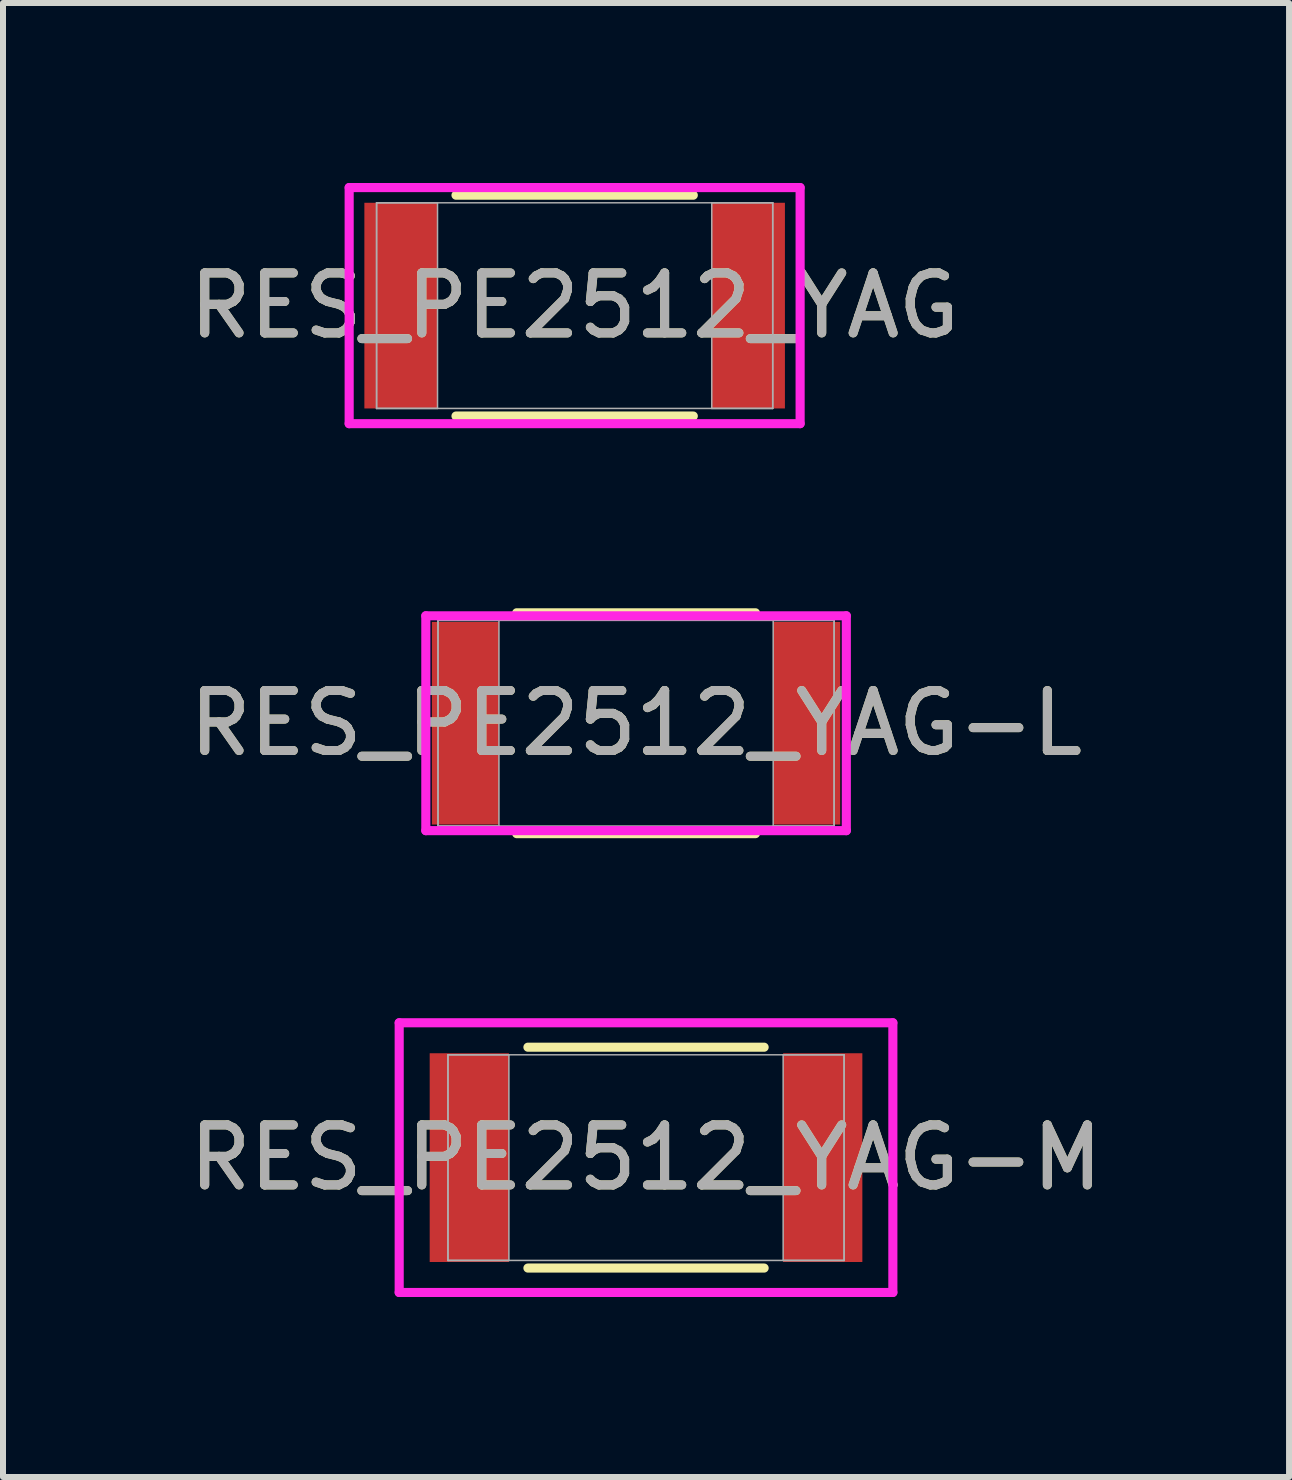
<source format=kicad_pcb>
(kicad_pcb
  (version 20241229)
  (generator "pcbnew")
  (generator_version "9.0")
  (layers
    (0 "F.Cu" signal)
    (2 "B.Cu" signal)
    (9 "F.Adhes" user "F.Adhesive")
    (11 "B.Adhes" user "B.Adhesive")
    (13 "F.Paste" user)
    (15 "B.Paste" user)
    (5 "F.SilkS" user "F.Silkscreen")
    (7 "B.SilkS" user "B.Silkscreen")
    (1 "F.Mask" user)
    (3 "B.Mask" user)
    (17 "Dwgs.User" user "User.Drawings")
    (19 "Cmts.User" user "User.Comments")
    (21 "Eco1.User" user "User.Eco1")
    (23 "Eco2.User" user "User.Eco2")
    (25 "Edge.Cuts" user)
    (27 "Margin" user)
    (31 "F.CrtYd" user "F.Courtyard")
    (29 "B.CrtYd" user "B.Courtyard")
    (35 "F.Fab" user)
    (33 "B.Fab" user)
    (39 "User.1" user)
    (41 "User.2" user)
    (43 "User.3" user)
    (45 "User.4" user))
  (footprint "RES_PE2512_YAG-M"
    (layer "F.Cu")
    (at 7.72 16.249)
    (property "Reference" "RES_PE2512_YAG-M" (at 0 0 0) (unlocked yes) (layer "F.SilkS") (effects (font (size 1 1) (thickness 0.15))))
    (attr smd)
    (fp_line (start -1.969 1.841) (end 1.969 1.841) (stroke (width 0.152) (type solid)) (layer "F.SilkS"))
    (fp_line (start 1.969 -1.841) (end -1.969 -1.841) (stroke (width 0.152) (type solid)) (layer "F.SilkS"))
    (fp_line (start -4.115 -2.248) (end 4.115 -2.248) (stroke (width 0.152) (type solid)) (layer "F.CrtYd"))
    (fp_line (start -4.115 2.248) (end -4.115 -2.248) (stroke (width 0.152) (type solid)) (layer "F.CrtYd"))
    (fp_line (start 4.115 -2.248) (end 4.115 2.248) (stroke (width 0.152) (type solid)) (layer "F.CrtYd"))
    (fp_line (start 4.115 2.248) (end -4.115 2.248) (stroke (width 0.152) (type solid)) (layer "F.CrtYd"))
    (fp_line (start -3.302 -1.714) (end -3.302 1.714) (stroke (width 0.025) (type solid)) (layer "F.Fab"))
    (fp_line (start -3.302 -1.714) (end -3.302 1.714) (stroke (width 0.025) (type solid)) (layer "F.Fab"))
    (fp_line (start -3.302 1.714) (end -2.286 1.714) (stroke (width 0.025) (type solid)) (layer "F.Fab"))
    (fp_line (start -3.302 1.714) (end 3.302 1.714) (stroke (width 0.025) (type solid)) (layer "F.Fab"))
    (fp_line (start -2.286 -1.714) (end -3.302 -1.714) (stroke (width 0.025) (type solid)) (layer "F.Fab"))
    (fp_line (start -2.286 1.714) (end -2.286 -1.714) (stroke (width 0.025) (type solid)) (layer "F.Fab"))
    (fp_line (start 2.286 -1.714) (end 2.286 1.714) (stroke (width 0.025) (type solid)) (layer "F.Fab"))
    (fp_line (start 2.286 1.714) (end 3.302 1.714) (stroke (width 0.025) (type solid)) (layer "F.Fab"))
    (fp_line (start 3.302 -1.714) (end -3.302 -1.714) (stroke (width 0.025) (type solid)) (layer "F.Fab"))
    (fp_line (start 3.302 -1.714) (end 2.286 -1.714) (stroke (width 0.025) (type solid)) (layer "F.Fab"))
    (fp_line (start 3.302 1.714) (end 3.302 -1.714) (stroke (width 0.025) (type solid)) (layer "F.Fab"))
    (fp_line (start 3.302 1.714) (end 3.302 -1.714) (stroke (width 0.025) (type solid)) (layer "F.Fab"))
    (fp_text user "${REFERENCE}" (at 0 0 0) (unlocked yes) (layer "F.Fab") (effects (font (size 1 1) (thickness 0.15))))
    (pad "1" smd rect (at -2.946 0) (size 1.321 3.48) (layers "F.Cu" "F.Mask" "F.Paste"))
    (pad "2" smd rect (at 2.946 0) (size 1.321 3.48) (layers "F.Cu" "F.Mask" "F.Paste"))
    (zone (net_name "") (layer "F.Cu") (hatch full 0.508) (connect_pads) (min_thickness 0.254) (filled_areas_thickness no) (keepout (tracks not_allowed) (vias not_allowed) (pads allowed) (copperpour not_allowed) (footprints allowed)) (placement (enabled no)) (fill) (polygon (pts (xy 5.485 14.585) (xy 9.955 14.585) (xy 9.955 17.913) (xy 5.485 17.913)))))
  (footprint "RES_PE2512_YAG"
    (layer "F.Cu")
    (at 6.53 2.045)
    (property "Reference" "RES_PE2512_YAG" (at 0 0 0) (unlocked yes) (layer "F.SilkS") (effects (font (size 1 1) (thickness 0.15))))
    (attr smd)
    (fp_line (start -1.978 1.841) (end 1.978 1.841) (stroke (width 0.152) (type solid)) (layer "F.SilkS"))
    (fp_line (start 1.978 -1.841) (end -1.978 -1.841) (stroke (width 0.152) (type solid)) (layer "F.SilkS"))
    (fp_line (start -3.759 -1.968) (end 3.759 -1.968) (stroke (width 0.152) (type solid)) (layer "F.CrtYd"))
    (fp_line (start -3.759 1.968) (end -3.759 -1.968) (stroke (width 0.152) (type solid)) (layer "F.CrtYd"))
    (fp_line (start 3.759 -1.968) (end 3.759 1.968) (stroke (width 0.152) (type solid)) (layer "F.CrtYd"))
    (fp_line (start 3.759 1.968) (end -3.759 1.968) (stroke (width 0.152) (type solid)) (layer "F.CrtYd"))
    (fp_line (start -3.302 -1.714) (end -3.302 1.714) (stroke (width 0.025) (type solid)) (layer "F.Fab"))
    (fp_line (start -3.302 -1.714) (end -3.302 1.714) (stroke (width 0.025) (type solid)) (layer "F.Fab"))
    (fp_line (start -3.302 1.714) (end -2.286 1.714) (stroke (width 0.025) (type solid)) (layer "F.Fab"))
    (fp_line (start -3.302 1.714) (end 3.302 1.714) (stroke (width 0.025) (type solid)) (layer "F.Fab"))
    (fp_line (start -2.286 -1.714) (end -3.302 -1.714) (stroke (width 0.025) (type solid)) (layer "F.Fab"))
    (fp_line (start -2.286 1.714) (end -2.286 -1.714) (stroke (width 0.025) (type solid)) (layer "F.Fab"))
    (fp_line (start 2.286 -1.714) (end 2.286 1.714) (stroke (width 0.025) (type solid)) (layer "F.Fab"))
    (fp_line (start 2.286 1.714) (end 3.302 1.714) (stroke (width 0.025) (type solid)) (layer "F.Fab"))
    (fp_line (start 3.302 -1.714) (end -3.302 -1.714) (stroke (width 0.025) (type solid)) (layer "F.Fab"))
    (fp_line (start 3.302 -1.714) (end 2.286 -1.714) (stroke (width 0.025) (type solid)) (layer "F.Fab"))
    (fp_line (start 3.302 1.714) (end 3.302 -1.714) (stroke (width 0.025) (type solid)) (layer "F.Fab"))
    (fp_line (start 3.302 1.714) (end 3.302 -1.714) (stroke (width 0.025) (type solid)) (layer "F.Fab"))
    (fp_text user "${REFERENCE}" (at 0 0 0) (unlocked yes) (layer "F.Fab") (effects (font (size 1 1) (thickness 0.15))))
    (pad "1" smd rect (at -2.896 0) (size 1.219 3.429) (layers "F.Cu" "F.Mask" "F.Paste"))
    (pad "2" smd rect (at 2.896 0) (size 1.219 3.429) (layers "F.Cu" "F.Mask" "F.Paste"))
    (zone (net_name "") (layer "F.Cu") (hatch full 0.508) (connect_pads) (min_thickness 0.254) (filled_areas_thickness no) (keepout (tracks not_allowed) (vias not_allowed) (pads allowed) (copperpour not_allowed) (footprints allowed)) (placement (enabled no)) (fill) (polygon (pts (xy 4.295 0.381) (xy 8.765 0.381) (xy 8.765 3.708) (xy 4.295 3.708)))))
  (footprint "RES_PE2512_YAG-L"
    (layer "F.Cu")
    (at 7.554 9.007)
    (property "Reference" "RES_PE2512_YAG-L" (at 0 0 0) (unlocked yes) (layer "F.SilkS") (effects (font (size 1 1) (thickness 0.15))))
    (attr smd)
    (fp_line (start -1.99 1.841) (end 1.99 1.841) (stroke (width 0.152) (type solid)) (layer "F.SilkS"))
    (fp_line (start 1.99 -1.841) (end -1.99 -1.841) (stroke (width 0.152) (type solid)) (layer "F.SilkS"))
    (fp_line (start -3.505 -1.791) (end 3.505 -1.791) (stroke (width 0.152) (type solid)) (layer "F.CrtYd"))
    (fp_line (start -3.505 1.791) (end -3.505 -1.791) (stroke (width 0.152) (type solid)) (layer "F.CrtYd"))
    (fp_line (start 3.505 -1.791) (end 3.505 1.791) (stroke (width 0.152) (type solid)) (layer "F.CrtYd"))
    (fp_line (start 3.505 1.791) (end -3.505 1.791) (stroke (width 0.152) (type solid)) (layer "F.CrtYd"))
    (fp_line (start -3.302 -1.714) (end -3.302 1.714) (stroke (width 0.025) (type solid)) (layer "F.Fab"))
    (fp_line (start -3.302 -1.714) (end -3.302 1.714) (stroke (width 0.025) (type solid)) (layer "F.Fab"))
    (fp_line (start -3.302 1.714) (end -2.286 1.714) (stroke (width 0.025) (type solid)) (layer "F.Fab"))
    (fp_line (start -3.302 1.714) (end 3.302 1.714) (stroke (width 0.025) (type solid)) (layer "F.Fab"))
    (fp_line (start -2.286 -1.714) (end -3.302 -1.714) (stroke (width 0.025) (type solid)) (layer "F.Fab"))
    (fp_line (start -2.286 1.714) (end -2.286 -1.714) (stroke (width 0.025) (type solid)) (layer "F.Fab"))
    (fp_line (start 2.286 -1.714) (end 2.286 1.714) (stroke (width 0.025) (type solid)) (layer "F.Fab"))
    (fp_line (start 2.286 1.714) (end 3.302 1.714) (stroke (width 0.025) (type solid)) (layer "F.Fab"))
    (fp_line (start 3.302 -1.714) (end -3.302 -1.714) (stroke (width 0.025) (type solid)) (layer "F.Fab"))
    (fp_line (start 3.302 -1.714) (end 2.286 -1.714) (stroke (width 0.025) (type solid)) (layer "F.Fab"))
    (fp_line (start 3.302 1.714) (end 3.302 -1.714) (stroke (width 0.025) (type solid)) (layer "F.Fab"))
    (fp_line (start 3.302 1.714) (end 3.302 -1.714) (stroke (width 0.025) (type solid)) (layer "F.Fab"))
    (fp_text user "${REFERENCE}" (at 0 0 0) (unlocked yes) (layer "F.Fab") (effects (font (size 1 1) (thickness 0.15))))
    (pad "1" smd rect (at -2.845 0) (size 1.118 3.378) (layers "F.Cu" "F.Mask" "F.Paste"))
    (pad "2" smd rect (at 2.845 0) (size 1.118 3.378) (layers "F.Cu" "F.Mask" "F.Paste"))
    (zone (net_name "") (layer "F.Cu") (hatch full 0.508) (connect_pads) (min_thickness 0.254) (filled_areas_thickness no) (keepout (tracks not_allowed) (vias not_allowed) (pads allowed) (copperpour not_allowed) (footprints allowed)) (placement (enabled no)) (fill) (polygon (pts (xy 5.318 7.343) (xy 9.789 7.343) (xy 9.789 10.671) (xy 5.318 10.671)))))
  (gr_rect
    (start -3 -3)
    (end 18.44 21.573)
    (stroke (width 0.1) (type default))
    (fill no)
    (layer "Edge.Cuts")))
</source>
